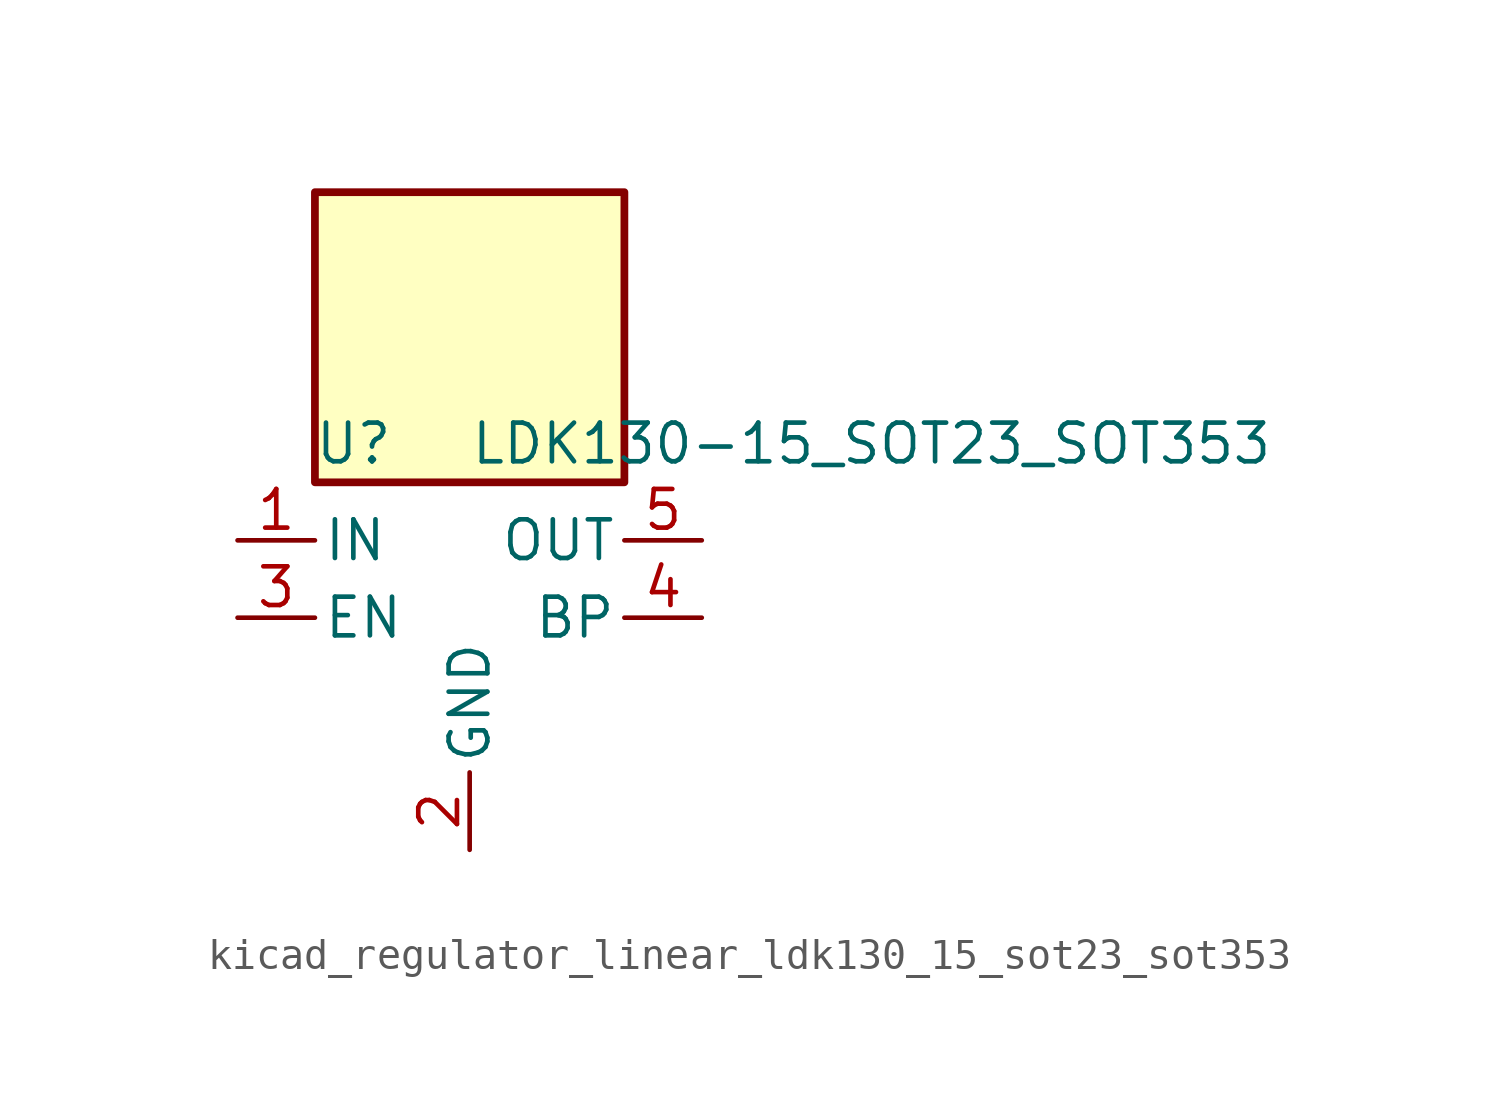
<source format=kicad_sym>
(kicad_symbol_lib
  (version 20220914)
  (generator kicad_symbol_editor)
  (symbol "kicad_regulator_linear_ldk130_15_sot23_sot353"
    (pin_names
      (offset 0.254))
    (property "Reference" "U"
      (at -3.81 5.715 0)
      (effects (font (size 1.27 1.27))))
    (property "Value" "LDK130-15_SOT23_SOT353"
      (at 0 5.715 0)
      (effects (font (size 1.27 1.27)) (justify left)))
    (symbol "kicad_regulator_linear_ldk130_15_sot23_sot353_0_1"
      (rectangle (start 5.08 13.97) (end -5.08 4.445) (stroke (width 0.254) (type default)) (fill (type background))))
    (symbol "kicad_regulator_linear_ldk130_15_sot23_sot353_1_1"
      (pin power_in line (at -7.62 2.54 0) (length 2.54) (name "IN" (effects (font (size 1.27 1.27)))) (number "1" (effects (font (size 1.27 1.27)))))
      (pin power_in line (at 0 -7.62 90) (length 2.54) (name "GND" (effects (font (size 1.27 1.27)))) (number "2" (effects (font (size 1.27 1.27)))))
      (pin input line (at -7.62 0 0) (length 2.54) (name "EN" (effects (font (size 1.27 1.27)))) (number "3" (effects (font (size 1.27 1.27)))))
      (pin passive line (at 7.62 0 180) (length 2.54) (name "BP" (effects (font (size 1.27 1.27)))) (number "4" (effects (font (size 1.27 1.27)))))
      (pin power_out line (at 7.62 2.54 180) (length 2.54) (name "OUT" (effects (font (size 1.27 1.27)))) (number "5" (effects (font (size 1.27 1.27))))))))
</source>
